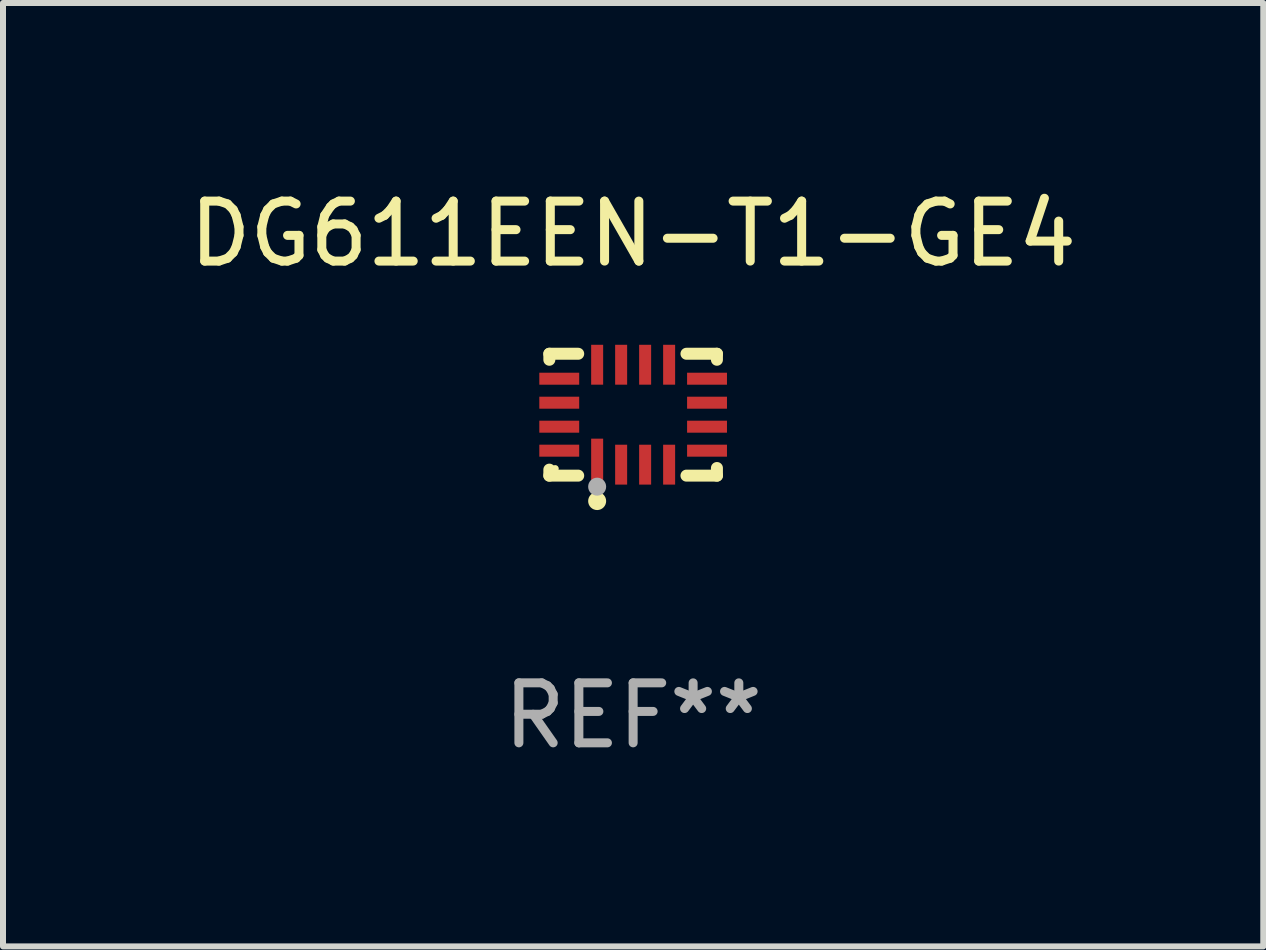
<source format=kicad_pcb>
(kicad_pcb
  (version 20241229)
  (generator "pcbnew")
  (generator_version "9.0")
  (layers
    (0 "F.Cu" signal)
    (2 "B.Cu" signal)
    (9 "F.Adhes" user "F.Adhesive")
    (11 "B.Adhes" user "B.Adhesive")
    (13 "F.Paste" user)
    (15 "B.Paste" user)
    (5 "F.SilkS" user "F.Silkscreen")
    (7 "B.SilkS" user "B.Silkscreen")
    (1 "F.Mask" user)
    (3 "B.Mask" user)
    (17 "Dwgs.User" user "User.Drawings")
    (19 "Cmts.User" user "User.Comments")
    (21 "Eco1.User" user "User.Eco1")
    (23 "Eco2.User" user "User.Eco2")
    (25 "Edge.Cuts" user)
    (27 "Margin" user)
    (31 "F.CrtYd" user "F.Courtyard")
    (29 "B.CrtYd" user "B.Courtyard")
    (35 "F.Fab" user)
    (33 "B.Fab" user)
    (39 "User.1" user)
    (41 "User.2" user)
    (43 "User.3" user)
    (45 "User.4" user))
  (footprint "DG611EEN-T1-GE4"
    (layer "F.Cu")
    (at 7.506 3.864)
    (property "Reference" "DG611EEN-T1-GE4" (at 0 -3.016 0) (layer "F.SilkS") (effects (font (size 1 1) (thickness 0.15))))
    (attr through_hole)
    (fp_line (start -1.397 -1.016) (end -1.397 -0.916) (stroke (width 0.2) (type solid)) (layer "F.SilkS"))
    (fp_line (start -1.397 0.916) (end -1.397 1.016) (stroke (width 0.2) (type solid)) (layer "F.SilkS"))
    (fp_line (start -1.397 1.016) (end -0.916 1.016) (stroke (width 0.2) (type solid)) (layer "F.SilkS"))
    (fp_line (start -0.916 -1.016) (end -1.397 -1.016) (stroke (width 0.2) (type solid)) (layer "F.SilkS"))
    (fp_line (start 0.889 -1.016) (end 1.397 -1.016) (stroke (width 0.2) (type solid)) (layer "F.SilkS"))
    (fp_line (start 1.397 -1.016) (end 1.397 -0.916) (stroke (width 0.2) (type solid)) (layer "F.SilkS"))
    (fp_line (start 1.397 0.889) (end 1.397 1.016) (stroke (width 0.2) (type solid)) (layer "F.SilkS"))
    (fp_line (start 1.397 1.016) (end 0.889 1.016) (stroke (width 0.2) (type solid)) (layer "F.SilkS"))
    (fp_circle (center -1.3 0.9) (end -1.27 0.9) (stroke (width 0.06) (type solid)) (fill no) (layer "F.SilkS"))
    (fp_circle (center -0.6 1.44) (end -0.525 1.44) (stroke (width 0.15) (type solid)) (fill no) (layer "F.SilkS"))
    (fp_circle (center -0.6 1.2) (end -0.525 1.2) (stroke (width 0.15) (type solid)) (fill no) (layer "F.Fab"))
    (fp_text user "REF**" (at 0 5.016 0) (layer "F.Fab") (effects (font (size 1 1) (thickness 0.15))))
    (pad "1" smd rect (at -0.6 0.782) (size 0.2 0.765) (layers "F.Cu" "F.Mask" "F.Paste"))
    (pad "2" smd rect (at -0.2 0.833) (size 0.2 0.665) (layers "F.Cu" "F.Mask" "F.Paste"))
    (pad "3" smd rect (at 0.2 0.833) (size 0.2 0.665) (layers "F.Cu" "F.Mask" "F.Paste"))
    (pad "4" smd rect (at 0.6 0.833) (size 0.2 0.665) (layers "F.Cu" "F.Mask" "F.Paste"))
    (pad "5" smd rect (at 1.232 0.6) (size 0.665 0.2) (layers "F.Cu" "F.Mask" "F.Paste"))
    (pad "6" smd rect (at 1.232 0.2) (size 0.665 0.2) (layers "F.Cu" "F.Mask" "F.Paste"))
    (pad "7" smd rect (at 1.232 -0.2) (size 0.665 0.2) (layers "F.Cu" "F.Mask" "F.Paste"))
    (pad "8" smd rect (at 1.232 -0.6) (size 0.665 0.2) (layers "F.Cu" "F.Mask" "F.Paste"))
    (pad "9" smd rect (at 0.6 -0.833) (size 0.2 0.665) (layers "F.Cu" "F.Mask" "F.Paste"))
    (pad "10" smd rect (at 0.2 -0.833) (size 0.2 0.665) (layers "F.Cu" "F.Mask" "F.Paste"))
    (pad "11" smd rect (at -0.2 -0.833) (size 0.2 0.665) (layers "F.Cu" "F.Mask" "F.Paste"))
    (pad "12" smd rect (at -0.6 -0.833) (size 0.2 0.665) (layers "F.Cu" "F.Mask" "F.Paste"))
    (pad "13" smd rect (at -1.232 -0.6) (size 0.665 0.2) (layers "F.Cu" "F.Mask" "F.Paste"))
    (pad "14" smd rect (at -1.232 -0.2) (size 0.665 0.2) (layers "F.Cu" "F.Mask" "F.Paste"))
    (pad "15" smd rect (at -1.232 0.2) (size 0.665 0.2) (layers "F.Cu" "F.Mask" "F.Paste"))
    (pad "16" smd rect (at -1.232 0.6) (size 0.665 0.2) (layers "F.Cu" "F.Mask" "F.Paste")))
  (gr_rect
    (start -3 -3)
    (end 18.012 12.729)
    (stroke (width 0.1) (type default))
    (fill no)
    (layer "Edge.Cuts")))
</source>
